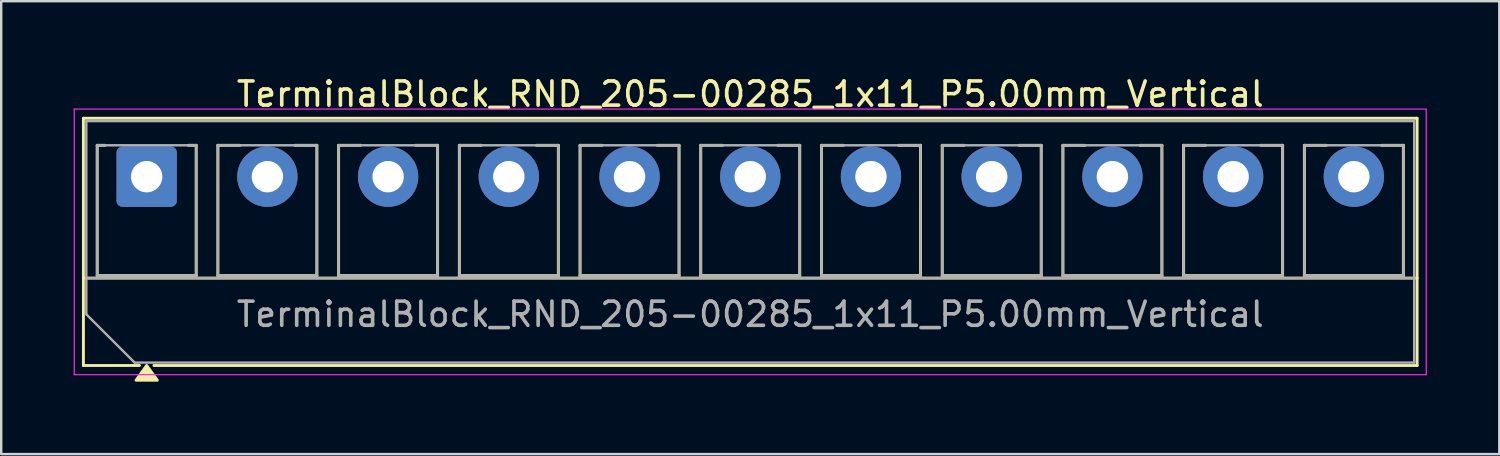
<source format=kicad_pcb>
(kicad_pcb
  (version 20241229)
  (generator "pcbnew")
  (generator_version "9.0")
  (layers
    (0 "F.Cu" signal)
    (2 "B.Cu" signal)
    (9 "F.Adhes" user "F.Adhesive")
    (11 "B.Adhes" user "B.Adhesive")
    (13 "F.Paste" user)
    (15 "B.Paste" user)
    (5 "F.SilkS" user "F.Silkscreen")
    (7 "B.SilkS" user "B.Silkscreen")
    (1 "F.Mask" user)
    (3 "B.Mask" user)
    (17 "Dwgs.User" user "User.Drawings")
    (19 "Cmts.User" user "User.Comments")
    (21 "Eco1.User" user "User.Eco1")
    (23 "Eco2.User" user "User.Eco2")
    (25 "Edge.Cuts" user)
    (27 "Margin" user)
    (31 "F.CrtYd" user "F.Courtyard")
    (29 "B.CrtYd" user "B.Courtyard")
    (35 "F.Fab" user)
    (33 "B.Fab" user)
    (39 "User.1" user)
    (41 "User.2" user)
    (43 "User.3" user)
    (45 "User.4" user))
  (footprint "TerminalBlock_RND_205-00285_1x11_P5.00mm_Vertical"
    (layer "F.Cu")
    (at 3.025 4.268)
    (property "Reference" "TerminalBlock_RND_205-00285_1x11_P5.00mm_Vertical" (at 25 -3.42 0) (layer "F.SilkS") (effects (font (size 1 1) (thickness 0.15))))
    (attr through_hole)
    (fp_line (start -2.62 -2.42) (end -2.62 7.82) (stroke (width 0.12) (type solid)) (layer "F.SilkS"))
    (fp_line (start -2.62 -2.42) (end 52.62 -2.42) (stroke (width 0.12) (type solid)) (layer "F.SilkS"))
    (fp_line (start -2.62 4.2) (end 52.62 4.2) (stroke (width 0.12) (type solid)) (layer "F.SilkS"))
    (fp_line (start -2.62 7.82) (end -0.3 7.82) (stroke (width 0.12) (type solid)) (layer "F.SilkS"))
    (fp_line (start -2.05 -1.3) (end -2.05 4.1) (stroke (width 0.12) (type solid)) (layer "F.SilkS"))
    (fp_line (start -2.05 -1.3) (end -1.73 -1.3) (stroke (width 0.12) (type solid)) (layer "F.SilkS"))
    (fp_line (start -2.05 4.1) (end 2.05 4.1) (stroke (width 0.12) (type solid)) (layer "F.SilkS"))
    (fp_line (start 0.3 7.82) (end 52.62 7.82) (stroke (width 0.12) (type solid)) (layer "F.SilkS"))
    (fp_line (start 1.73 -1.3) (end 2.05 -1.3) (stroke (width 0.12) (type solid)) (layer "F.SilkS"))
    (fp_line (start 2.05 -1.3) (end 2.05 4.1) (stroke (width 0.12) (type solid)) (layer "F.SilkS"))
    (fp_line (start 2.95 -1.3) (end 2.95 4.1) (stroke (width 0.12) (type solid)) (layer "F.SilkS"))
    (fp_line (start 2.95 -1.3) (end 3.859 -1.3) (stroke (width 0.12) (type solid)) (layer "F.SilkS"))
    (fp_line (start 2.95 4.1) (end 7.05 4.1) (stroke (width 0.12) (type solid)) (layer "F.SilkS"))
    (fp_line (start 6.141 -1.3) (end 7.05 -1.3) (stroke (width 0.12) (type solid)) (layer "F.SilkS"))
    (fp_line (start 7.05 -1.3) (end 7.05 4.1) (stroke (width 0.12) (type solid)) (layer "F.SilkS"))
    (fp_line (start 7.95 -1.3) (end 7.95 4.1) (stroke (width 0.12) (type solid)) (layer "F.SilkS"))
    (fp_line (start 7.95 -1.3) (end 8.859 -1.3) (stroke (width 0.12) (type solid)) (layer "F.SilkS"))
    (fp_line (start 7.95 4.1) (end 12.05 4.1) (stroke (width 0.12) (type solid)) (layer "F.SilkS"))
    (fp_line (start 11.141 -1.3) (end 12.05 -1.3) (stroke (width 0.12) (type solid)) (layer "F.SilkS"))
    (fp_line (start 12.05 -1.3) (end 12.05 4.1) (stroke (width 0.12) (type solid)) (layer "F.SilkS"))
    (fp_line (start 12.95 -1.3) (end 12.95 4.1) (stroke (width 0.12) (type solid)) (layer "F.SilkS"))
    (fp_line (start 12.95 -1.3) (end 13.859 -1.3) (stroke (width 0.12) (type solid)) (layer "F.SilkS"))
    (fp_line (start 12.95 4.1) (end 17.05 4.1) (stroke (width 0.12) (type solid)) (layer "F.SilkS"))
    (fp_line (start 16.141 -1.3) (end 17.05 -1.3) (stroke (width 0.12) (type solid)) (layer "F.SilkS"))
    (fp_line (start 17.05 -1.3) (end 17.05 4.1) (stroke (width 0.12) (type solid)) (layer "F.SilkS"))
    (fp_line (start 17.95 -1.3) (end 17.95 4.1) (stroke (width 0.12) (type solid)) (layer "F.SilkS"))
    (fp_line (start 17.95 -1.3) (end 18.859 -1.3) (stroke (width 0.12) (type solid)) (layer "F.SilkS"))
    (fp_line (start 17.95 4.1) (end 22.05 4.1) (stroke (width 0.12) (type solid)) (layer "F.SilkS"))
    (fp_line (start 21.141 -1.3) (end 22.05 -1.3) (stroke (width 0.12) (type solid)) (layer "F.SilkS"))
    (fp_line (start 22.05 -1.3) (end 22.05 4.1) (stroke (width 0.12) (type solid)) (layer "F.SilkS"))
    (fp_line (start 22.95 -1.3) (end 22.95 4.1) (stroke (width 0.12) (type solid)) (layer "F.SilkS"))
    (fp_line (start 22.95 -1.3) (end 23.859 -1.3) (stroke (width 0.12) (type solid)) (layer "F.SilkS"))
    (fp_line (start 22.95 4.1) (end 27.05 4.1) (stroke (width 0.12) (type solid)) (layer "F.SilkS"))
    (fp_line (start 26.141 -1.3) (end 27.05 -1.3) (stroke (width 0.12) (type solid)) (layer "F.SilkS"))
    (fp_line (start 27.05 -1.3) (end 27.05 4.1) (stroke (width 0.12) (type solid)) (layer "F.SilkS"))
    (fp_line (start 27.95 -1.3) (end 27.95 4.1) (stroke (width 0.12) (type solid)) (layer "F.SilkS"))
    (fp_line (start 27.95 -1.3) (end 28.859 -1.3) (stroke (width 0.12) (type solid)) (layer "F.SilkS"))
    (fp_line (start 27.95 4.1) (end 32.05 4.1) (stroke (width 0.12) (type solid)) (layer "F.SilkS"))
    (fp_line (start 31.141 -1.3) (end 32.05 -1.3) (stroke (width 0.12) (type solid)) (layer "F.SilkS"))
    (fp_line (start 32.05 -1.3) (end 32.05 4.1) (stroke (width 0.12) (type solid)) (layer "F.SilkS"))
    (fp_line (start 32.95 -1.3) (end 32.95 4.1) (stroke (width 0.12) (type solid)) (layer "F.SilkS"))
    (fp_line (start 32.95 -1.3) (end 33.859 -1.3) (stroke (width 0.12) (type solid)) (layer "F.SilkS"))
    (fp_line (start 32.95 4.1) (end 37.05 4.1) (stroke (width 0.12) (type solid)) (layer "F.SilkS"))
    (fp_line (start 36.141 -1.3) (end 37.05 -1.3) (stroke (width 0.12) (type solid)) (layer "F.SilkS"))
    (fp_line (start 37.05 -1.3) (end 37.05 4.1) (stroke (width 0.12) (type solid)) (layer "F.SilkS"))
    (fp_line (start 37.95 -1.3) (end 37.95 4.1) (stroke (width 0.12) (type solid)) (layer "F.SilkS"))
    (fp_line (start 37.95 -1.3) (end 38.859 -1.3) (stroke (width 0.12) (type solid)) (layer "F.SilkS"))
    (fp_line (start 37.95 4.1) (end 42.05 4.1) (stroke (width 0.12) (type solid)) (layer "F.SilkS"))
    (fp_line (start 41.141 -1.3) (end 42.05 -1.3) (stroke (width 0.12) (type solid)) (layer "F.SilkS"))
    (fp_line (start 42.05 -1.3) (end 42.05 4.1) (stroke (width 0.12) (type solid)) (layer "F.SilkS"))
    (fp_line (start 42.95 -1.3) (end 42.95 4.1) (stroke (width 0.12) (type solid)) (layer "F.SilkS"))
    (fp_line (start 42.95 -1.3) (end 43.859 -1.3) (stroke (width 0.12) (type solid)) (layer "F.SilkS"))
    (fp_line (start 42.95 4.1) (end 47.05 4.1) (stroke (width 0.12) (type solid)) (layer "F.SilkS"))
    (fp_line (start 46.141 -1.3) (end 47.05 -1.3) (stroke (width 0.12) (type solid)) (layer "F.SilkS"))
    (fp_line (start 47.05 -1.3) (end 47.05 4.1) (stroke (width 0.12) (type solid)) (layer "F.SilkS"))
    (fp_line (start 47.95 -1.3) (end 47.95 4.1) (stroke (width 0.12) (type solid)) (layer "F.SilkS"))
    (fp_line (start 47.95 -1.3) (end 48.859 -1.3) (stroke (width 0.12) (type solid)) (layer "F.SilkS"))
    (fp_line (start 47.95 4.1) (end 52.05 4.1) (stroke (width 0.12) (type solid)) (layer "F.SilkS"))
    (fp_line (start 51.141 -1.3) (end 52.05 -1.3) (stroke (width 0.12) (type solid)) (layer "F.SilkS"))
    (fp_line (start 52.05 -1.3) (end 52.05 4.1) (stroke (width 0.12) (type solid)) (layer "F.SilkS"))
    (fp_line (start 52.62 -2.42) (end 52.62 7.82) (stroke (width 0.12) (type solid)) (layer "F.SilkS"))
    (fp_poly (pts (xy 0 7.82) (xy 0.44 8.43) (xy -0.44 8.43)) (stroke (width 0.12) (type solid)) (fill yes) (layer "F.SilkS"))
    (fp_line (start -3 -2.8) (end -3 8.2) (stroke (width 0.05) (type solid)) (layer "F.CrtYd"))
    (fp_line (start -3 8.2) (end 53 8.2) (stroke (width 0.05) (type solid)) (layer "F.CrtYd"))
    (fp_line (start 53 -2.8) (end -3 -2.8) (stroke (width 0.05) (type solid)) (layer "F.CrtYd"))
    (fp_line (start 53 8.2) (end 53 -2.8) (stroke (width 0.05) (type solid)) (layer "F.CrtYd"))
    (fp_line (start -2.5 -2.3) (end 52.5 -2.3) (stroke (width 0.1) (type solid)) (layer "F.Fab"))
    (fp_line (start -2.5 4.2) (end 52.5 4.2) (stroke (width 0.1) (type solid)) (layer "F.Fab"))
    (fp_line (start -2.5 5.7) (end -2.5 -2.3) (stroke (width 0.1) (type solid)) (layer "F.Fab"))
    (fp_line (start -2.05 -1.3) (end -2.05 4.1) (stroke (width 0.1) (type solid)) (layer "F.Fab"))
    (fp_line (start -2.05 4.1) (end 2.05 4.1) (stroke (width 0.1) (type solid)) (layer "F.Fab"))
    (fp_line (start -0.5 7.7) (end -2.5 5.7) (stroke (width 0.1) (type solid)) (layer "F.Fab"))
    (fp_line (start 2.05 -1.3) (end -2.05 -1.3) (stroke (width 0.1) (type solid)) (layer "F.Fab"))
    (fp_line (start 2.05 4.1) (end 2.05 -1.3) (stroke (width 0.1) (type solid)) (layer "F.Fab"))
    (fp_line (start 2.95 -1.3) (end 2.95 4.1) (stroke (width 0.1) (type solid)) (layer "F.Fab"))
    (fp_line (start 2.95 4.1) (end 7.05 4.1) (stroke (width 0.1) (type solid)) (layer "F.Fab"))
    (fp_line (start 7.05 -1.3) (end 2.95 -1.3) (stroke (width 0.1) (type solid)) (layer "F.Fab"))
    (fp_line (start 7.05 4.1) (end 7.05 -1.3) (stroke (width 0.1) (type solid)) (layer "F.Fab"))
    (fp_line (start 7.95 -1.3) (end 7.95 4.1) (stroke (width 0.1) (type solid)) (layer "F.Fab"))
    (fp_line (start 7.95 4.1) (end 12.05 4.1) (stroke (width 0.1) (type solid)) (layer "F.Fab"))
    (fp_line (start 12.05 -1.3) (end 7.95 -1.3) (stroke (width 0.1) (type solid)) (layer "F.Fab"))
    (fp_line (start 12.05 4.1) (end 12.05 -1.3) (stroke (width 0.1) (type solid)) (layer "F.Fab"))
    (fp_line (start 12.95 -1.3) (end 12.95 4.1) (stroke (width 0.1) (type solid)) (layer "F.Fab"))
    (fp_line (start 12.95 4.1) (end 17.05 4.1) (stroke (width 0.1) (type solid)) (layer "F.Fab"))
    (fp_line (start 17.05 -1.3) (end 12.95 -1.3) (stroke (width 0.1) (type solid)) (layer "F.Fab"))
    (fp_line (start 17.05 4.1) (end 17.05 -1.3) (stroke (width 0.1) (type solid)) (layer "F.Fab"))
    (fp_line (start 17.95 -1.3) (end 17.95 4.1) (stroke (width 0.1) (type solid)) (layer "F.Fab"))
    (fp_line (start 17.95 4.1) (end 22.05 4.1) (stroke (width 0.1) (type solid)) (layer "F.Fab"))
    (fp_line (start 22.05 -1.3) (end 17.95 -1.3) (stroke (width 0.1) (type solid)) (layer "F.Fab"))
    (fp_line (start 22.05 4.1) (end 22.05 -1.3) (stroke (width 0.1) (type solid)) (layer "F.Fab"))
    (fp_line (start 22.95 -1.3) (end 22.95 4.1) (stroke (width 0.1) (type solid)) (layer "F.Fab"))
    (fp_line (start 22.95 4.1) (end 27.05 4.1) (stroke (width 0.1) (type solid)) (layer "F.Fab"))
    (fp_line (start 27.05 -1.3) (end 22.95 -1.3) (stroke (width 0.1) (type solid)) (layer "F.Fab"))
    (fp_line (start 27.05 4.1) (end 27.05 -1.3) (stroke (width 0.1) (type solid)) (layer "F.Fab"))
    (fp_line (start 27.95 -1.3) (end 27.95 4.1) (stroke (width 0.1) (type solid)) (layer "F.Fab"))
    (fp_line (start 27.95 4.1) (end 32.05 4.1) (stroke (width 0.1) (type solid)) (layer "F.Fab"))
    (fp_line (start 32.05 -1.3) (end 27.95 -1.3) (stroke (width 0.1) (type solid)) (layer "F.Fab"))
    (fp_line (start 32.05 4.1) (end 32.05 -1.3) (stroke (width 0.1) (type solid)) (layer "F.Fab"))
    (fp_line (start 32.95 -1.3) (end 32.95 4.1) (stroke (width 0.1) (type solid)) (layer "F.Fab"))
    (fp_line (start 32.95 4.1) (end 37.05 4.1) (stroke (width 0.1) (type solid)) (layer "F.Fab"))
    (fp_line (start 37.05 -1.3) (end 32.95 -1.3) (stroke (width 0.1) (type solid)) (layer "F.Fab"))
    (fp_line (start 37.05 4.1) (end 37.05 -1.3) (stroke (width 0.1) (type solid)) (layer "F.Fab"))
    (fp_line (start 37.95 -1.3) (end 37.95 4.1) (stroke (width 0.1) (type solid)) (layer "F.Fab"))
    (fp_line (start 37.95 4.1) (end 42.05 4.1) (stroke (width 0.1) (type solid)) (layer "F.Fab"))
    (fp_line (start 42.05 -1.3) (end 37.95 -1.3) (stroke (width 0.1) (type solid)) (layer "F.Fab"))
    (fp_line (start 42.05 4.1) (end 42.05 -1.3) (stroke (width 0.1) (type solid)) (layer "F.Fab"))
    (fp_line (start 42.95 -1.3) (end 42.95 4.1) (stroke (width 0.1) (type solid)) (layer "F.Fab"))
    (fp_line (start 42.95 4.1) (end 47.05 4.1) (stroke (width 0.1) (type solid)) (layer "F.Fab"))
    (fp_line (start 47.05 -1.3) (end 42.95 -1.3) (stroke (width 0.1) (type solid)) (layer "F.Fab"))
    (fp_line (start 47.05 4.1) (end 47.05 -1.3) (stroke (width 0.1) (type solid)) (layer "F.Fab"))
    (fp_line (start 47.95 -1.3) (end 47.95 4.1) (stroke (width 0.1) (type solid)) (layer "F.Fab"))
    (fp_line (start 47.95 4.1) (end 52.05 4.1) (stroke (width 0.1) (type solid)) (layer "F.Fab"))
    (fp_line (start 52.05 -1.3) (end 47.95 -1.3) (stroke (width 0.1) (type solid)) (layer "F.Fab"))
    (fp_line (start 52.05 4.1) (end 52.05 -1.3) (stroke (width 0.1) (type solid)) (layer "F.Fab"))
    (fp_line (start 52.5 -2.3) (end 52.5 7.7) (stroke (width 0.1) (type solid)) (layer "F.Fab"))
    (fp_line (start 52.5 7.7) (end -0.5 7.7) (stroke (width 0.1) (type solid)) (layer "F.Fab"))
    (fp_text user "${REFERENCE}" (at 25 5.7 0) (layer "F.Fab") (effects (font (size 1 1) (thickness 0.15))))
    (pad "1" thru_hole roundrect (at 0 0) (size 2.5 2.5) (drill 1.3) (layers "*.Cu" "*.Mask") (roundrect_rratio 0.1))
    (pad "2" thru_hole circle (at 5 0) (size 2.5 2.5) (drill 1.3) (layers "*.Cu" "*.Mask"))
    (pad "3" thru_hole circle (at 10 0) (size 2.5 2.5) (drill 1.3) (layers "*.Cu" "*.Mask"))
    (pad "4" thru_hole circle (at 15 0) (size 2.5 2.5) (drill 1.3) (layers "*.Cu" "*.Mask"))
    (pad "5" thru_hole circle (at 20 0) (size 2.5 2.5) (drill 1.3) (layers "*.Cu" "*.Mask"))
    (pad "6" thru_hole circle (at 25 0) (size 2.5 2.5) (drill 1.3) (layers "*.Cu" "*.Mask"))
    (pad "7" thru_hole circle (at 30 0) (size 2.5 2.5) (drill 1.3) (layers "*.Cu" "*.Mask"))
    (pad "8" thru_hole circle (at 35 0) (size 2.5 2.5) (drill 1.3) (layers "*.Cu" "*.Mask"))
    (pad "9" thru_hole circle (at 40 0) (size 2.5 2.5) (drill 1.3) (layers "*.Cu" "*.Mask"))
    (pad "10" thru_hole circle (at 45 0) (size 2.5 2.5) (drill 1.3) (layers "*.Cu" "*.Mask"))
    (pad "11" thru_hole circle (at 50 0) (size 2.5 2.5) (drill 1.3) (layers "*.Cu" "*.Mask")))
  (gr_rect
    (start -3 -3)
    (end 59.05 15.758)
    (stroke (width 0.1) (type default))
    (fill no)
    (layer "Edge.Cuts")))
</source>
